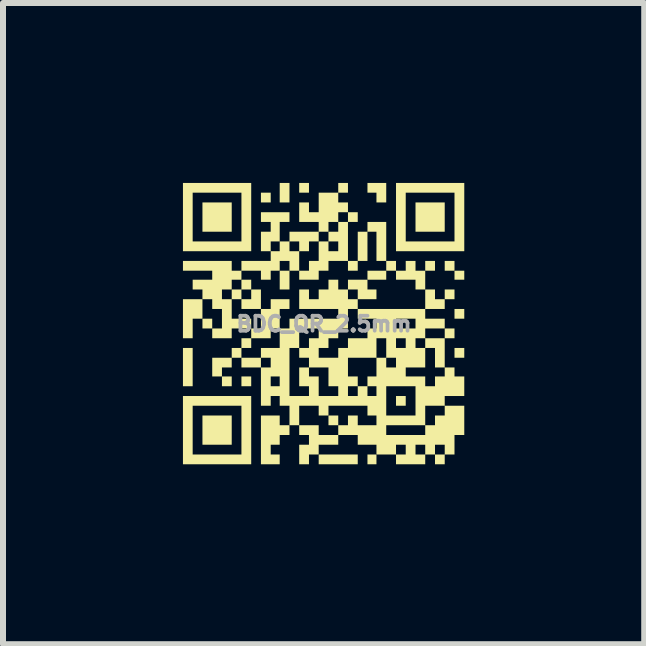
<source format=kicad_pcb>
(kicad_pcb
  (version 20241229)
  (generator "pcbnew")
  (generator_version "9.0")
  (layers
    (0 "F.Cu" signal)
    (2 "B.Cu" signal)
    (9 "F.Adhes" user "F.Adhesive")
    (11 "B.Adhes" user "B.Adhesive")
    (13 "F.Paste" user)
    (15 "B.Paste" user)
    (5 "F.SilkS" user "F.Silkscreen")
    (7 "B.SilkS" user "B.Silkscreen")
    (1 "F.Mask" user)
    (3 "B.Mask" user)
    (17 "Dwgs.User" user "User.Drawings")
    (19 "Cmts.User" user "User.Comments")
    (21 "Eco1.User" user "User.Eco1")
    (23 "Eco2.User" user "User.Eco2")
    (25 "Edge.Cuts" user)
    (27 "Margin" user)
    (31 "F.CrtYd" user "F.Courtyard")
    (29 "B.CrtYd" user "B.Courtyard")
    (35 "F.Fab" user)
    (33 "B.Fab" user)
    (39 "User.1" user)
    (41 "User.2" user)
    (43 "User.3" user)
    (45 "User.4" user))
  (footprint "BDC_QR_2.5mm"
    (layer "F.Cu")
    (at 2.351 2.351)
    (property "Reference" "BDC_QR_2.5mm" (at 0 0 0) (layer "F.Fab") (effects (font (size 0.25 0.25) (thickness 0.062))))
    (attr board_only exclude_from_pos_files exclude_from_bom)
    (fp_poly (pts (xy -2.189 1.038) (xy -2.351 1.038) (xy -2.351 0.4) (xy -2.189 0.4)) (stroke (width 0) (type solid)) (fill yes) (layer "F.SilkS"))
    (fp_poly (pts (xy -1.863 0.075) (xy -2.026 0.075) (xy -2.026 -0.088) (xy -1.863 -0.088)) (stroke (width 0) (type solid)) (fill yes) (layer "F.SilkS"))
    (fp_poly (pts (xy -1.538 -1.538) (xy -2.026 -1.538) (xy -2.026 -2.026) (xy -1.538 -2.026)) (stroke (width 0) (type solid)) (fill yes) (layer "F.SilkS"))
    (fp_poly (pts (xy -1.538 1.038) (xy -1.701 1.038) (xy -1.701 0.875) (xy -1.538 0.875)) (stroke (width 0) (type solid)) (fill yes) (layer "F.SilkS"))
    (fp_poly (pts (xy -1.538 2.013) (xy -2.026 2.013) (xy -2.026 1.526) (xy -1.538 1.526)) (stroke (width 0) (type solid)) (fill yes) (layer "F.SilkS"))
    (fp_poly (pts (xy -1.213 1.038) (xy -1.376 1.038) (xy -1.376 0.875) (xy -1.213 0.875)) (stroke (width 0) (type solid)) (fill yes) (layer "F.SilkS"))
    (fp_poly (pts (xy -0.888 -2.026) (xy -1.051 -2.026) (xy -1.051 -2.189) (xy -0.888 -2.189)) (stroke (width 0) (type solid)) (fill yes) (layer "F.SilkS"))
    (fp_poly (pts (xy -0.575 -2.026) (xy -0.738 -2.026) (xy -0.738 -2.351) (xy -0.575 -2.351)) (stroke (width 0) (type solid)) (fill yes) (layer "F.SilkS"))
    (fp_poly (pts (xy -0.575 -0.575) (xy -0.738 -0.575) (xy -0.738 -0.888) (xy -0.575 -0.888)) (stroke (width 0) (type solid)) (fill yes) (layer "F.SilkS"))
    (fp_poly (pts (xy -0.25 -2.189) (xy -0.413 -2.189) (xy -0.413 -2.351) (xy -0.25 -2.351)) (stroke (width 0) (type solid)) (fill yes) (layer "F.SilkS"))
    (fp_poly (pts (xy 0.238 1.688) (xy 0.075 1.688) (xy 0.075 1.526) (xy 0.238 1.526)) (stroke (width 0) (type solid)) (fill yes) (layer "F.SilkS"))
    (fp_poly (pts (xy 0.4 -2.189) (xy 0.238 -2.189) (xy 0.238 -2.351) (xy 0.4 -2.351)) (stroke (width 0) (type solid)) (fill yes) (layer "F.SilkS"))
    (fp_poly (pts (xy 0.563 2.339) (xy -0.088 2.339) (xy -0.088 2.176) (xy 0.563 2.176)) (stroke (width 0) (type solid)) (fill yes) (layer "F.SilkS"))
    (fp_poly (pts (xy 0.875 2.339) (xy 0.725 2.339) (xy 0.725 2.176) (xy 0.875 2.176)) (stroke (width 0) (type solid)) (fill yes) (layer "F.SilkS"))
    (fp_poly (pts (xy 1.038 -0.738) (xy 0.725 -0.738) (xy 0.725 -0.888) (xy 1.038 -0.888)) (stroke (width 0) (type solid)) (fill yes) (layer "F.SilkS"))
    (fp_poly (pts (xy 1.363 1.363) (xy 1.201 1.363) (xy 1.201 1.201) (xy 1.363 1.201)) (stroke (width 0) (type solid)) (fill yes) (layer "F.SilkS"))
    (fp_poly (pts (xy 1.851 -0.888) (xy 1.688 -0.888) (xy 1.688 -1.051) (xy 1.851 -1.051)) (stroke (width 0) (type solid)) (fill yes) (layer "F.SilkS"))
    (fp_poly (pts (xy 2.013 -1.538) (xy 1.526 -1.538) (xy 1.526 -2.026) (xy 2.013 -2.026)) (stroke (width 0) (type solid)) (fill yes) (layer "F.SilkS"))
    (fp_poly (pts (xy 2.176 -0.888) (xy 2.013 -0.888) (xy 2.013 -1.051) (xy 2.176 -1.051)) (stroke (width 0) (type solid)) (fill yes) (layer "F.SilkS"))
    (fp_poly (pts (xy 2.176 -0.413) (xy 2.013 -0.413) (xy 2.013 -0.575) (xy 2.176 -0.575)) (stroke (width 0) (type solid)) (fill yes) (layer "F.SilkS"))
    (fp_poly (pts (xy 2.176 0.238) (xy 2.013 0.238) (xy 2.013 0.075) (xy 2.176 0.075)) (stroke (width 0) (type solid)) (fill yes) (layer "F.SilkS"))
    (fp_poly (pts (xy 2.339 -0.738) (xy 2.176 -0.738) (xy 2.176 -0.888) (xy 2.339 -0.888)) (stroke (width 0) (type solid)) (fill yes) (layer "F.SilkS"))
    (fp_poly (pts (xy 2.339 -0.088) (xy 2.176 -0.088) (xy 2.176 -0.25) (xy 2.339 -0.25)) (stroke (width 0) (type solid)) (fill yes) (layer "F.SilkS"))
    (fp_poly (pts (xy 2.339 0.563) (xy 2.176 0.563) (xy 2.176 0.4) (xy 2.339 0.4)) (stroke (width 0) (type solid)) (fill yes) (layer "F.SilkS"))
    (fp_poly (pts (xy -2.026 -0.088) (xy -2.189 -0.088) (xy -2.189 0.238) (xy -2.351 0.238) (xy -2.351 -0.413) (xy -2.026 -0.413)) (stroke (width 0) (type solid)) (fill yes) (layer "F.SilkS"))
    (fp_poly (pts (xy -1.538 0.725) (xy -1.701 0.725) (xy -1.701 0.875) (xy -1.863 0.875) (xy -1.863 0.563) (xy -1.538 0.563)) (stroke (width 0) (type solid)) (fill yes) (layer "F.SilkS"))
    (fp_poly (pts (xy 1.038 -2.026) (xy 0.875 -2.026) (xy 0.875 -2.189) (xy 0.725 -2.189) (xy 0.725 -2.351) (xy 1.038 -2.351)) (stroke (width 0) (type solid)) (fill yes) (layer "F.SilkS"))
    (fp_poly (pts (xy 0.725 -0.575) (xy 0.875 -0.575) (xy 0.875 -0.413) (xy 0.563 -0.413) (xy 0.563 -0.575) (xy 0.4 -0.575) (xy 0.4 -0.738) (xy 0.725 -0.738)) (stroke (width 0) (type solid)) (fill yes) (layer "F.SilkS"))
    (fp_poly (pts (xy -1.213 -1.213) (xy -2.351 -1.213) (xy -2.351 -1.376) (xy -2.189 -1.376) (xy -1.376 -1.376) (xy -1.376 -2.189) (xy -2.189 -2.189) (xy -2.189 -1.376) (xy -2.351 -1.376) (xy -2.351 -2.351) (xy -1.213 -2.351)) (stroke (width 0) (type solid)) (fill yes) (layer "F.SilkS"))
    (fp_poly (pts (xy -1.213 2.339) (xy -2.351 2.339) (xy -2.351 2.176) (xy -2.189 2.176) (xy -1.376 2.176) (xy -1.376 1.363) (xy -2.189 1.363) (xy -2.189 2.176) (xy -2.351 2.176) (xy -2.351 1.201) (xy -1.213 1.201)) (stroke (width 0) (type solid)) (fill yes) (layer "F.SilkS"))
    (fp_poly (pts (xy 2.339 -1.213) (xy 1.201 -1.213) (xy 1.201 -1.376) (xy 1.363 -1.376) (xy 2.176 -1.376) (xy 2.176 -2.189) (xy 1.363 -2.189) (xy 1.363 -1.376) (xy 1.201 -1.376) (xy 1.201 -2.351) (xy 2.339 -2.351)) (stroke (width 0) (type solid)) (fill yes) (layer "F.SilkS"))
    (fp_poly (pts (xy -0.738 1.688) (xy -0.575 1.688) (xy -0.575 1.851) (xy -0.738 1.851) (xy -0.738 2.013) (xy -0.888 2.013) (xy -0.888 2.176) (xy -0.738 2.176) (xy -0.738 2.339) (xy -1.051 2.339) (xy -1.051 1.526) (xy -0.738 1.526)) (stroke (width 0) (type solid)) (fill yes) (layer "F.SilkS"))
    (fp_poly (pts (xy -1.051 -0.575) (xy -1.051 -0.25) (xy -1.376 -0.25) (xy -1.376 -0.413) (xy -1.213 -0.413) (xy -1.213 -0.575) (xy -1.376 -0.575) (xy -1.376 -0.413) (xy -1.538 -0.413) (xy -1.538 -0.575) (xy -1.376 -0.575) (xy -1.376 -0.738) (xy -1.213 -0.738) (xy -1.213 -0.575)) (stroke (width 0) (type solid)) (fill yes) (layer "F.SilkS"))
    (fp_poly (pts (xy 2.013 0.238) (xy 2.013 0.725) (xy 2.176 0.725) (xy 2.176 0.875) (xy 2.339 0.875) (xy 2.339 1.201) (xy 2.013 1.201) (xy 2.013 1.363) (xy 2.339 1.363) (xy 2.339 1.851) (xy 2.176 1.851) (xy 2.176 2.176) (xy 2.013 2.176) (xy 2.013 2.339) (xy 1.851 2.339) (xy 1.851 2.176) (xy 2.013 2.176) (xy 2.013 2.013) (xy 1.851 2.013) (xy 1.851 2.176) (xy 1.688 2.176) (xy 1.688 2.339) (xy 1.201 2.339) (xy 1.201 2.176) (xy 1.363 2.176) (xy 1.526 2.176) (xy 1.688 2.176) (xy 1.688 2.013) (xy 1.526 2.013) (xy 1.526 2.176) (xy 1.363 2.176) (xy 1.363 2.013) (xy 1.201 2.013) (xy 1.201 2.176) (xy 0.875 2.176) (xy 0.875 2.013) (xy 0.563 2.013) (xy 0.563 1.851) (xy 1.038 1.851) (xy 1.688 1.851) (xy 1.688 1.688) (xy 1.851 1.688) (xy 1.851 1.526) (xy 2.013 1.526) (xy 2.013 1.363) (xy 1.688 1.363) (xy 1.688 1.688) (xy 1.038 1.688) (xy 1.038 1.851) (xy 0.563 1.851) (xy 0.238 1.851) (xy 0.238 2.013) (xy -0.088 2.013) (xy -0.088 2.176) (xy -0.25 2.176) (xy -0.25 2.339) (xy -0.413 2.339) (xy -0.413 2.013) (xy -0.25 2.013) (xy -0.25 1.851) (xy -0.413 1.851) (xy -0.413 1.688) (xy -0.088 1.688) (xy -0.088 1.851) (xy 0.238 1.851) (xy 0.238 1.688) (xy 0.4 1.688) (xy 0.4 1.526) (xy 0.563 1.526) (xy 0.563 1.688) (xy 0.875 1.688) (xy 0.875 1.526) (xy 1.038 1.526) (xy 1.526 1.526) (xy 1.526 1.038) (xy 1.038 1.038) (xy 1.038 1.526) (xy 0.875 1.526) (xy 0.725 1.526) (xy 0.725 1.363) (xy 0.075 1.363) (xy 0.075 1.526) (xy -0.088 1.526) (xy -0.088 1.363) (xy -0.413 1.363) (xy -0.413 1.688) (xy -0.575 1.688) (xy -0.575 1.363) (xy -0.738 1.363) (xy -0.738 1.201) (xy -0.575 1.201) (xy -0.25 1.201) (xy -0.25 1.038) (xy -0.413 1.038) (xy -0.413 0.875) (xy -0.25 0.875) (xy -0.088 0.875) (xy -0.088 1.201) (xy 0.238 1.201) (xy 0.4 1.201) (xy 0.563 1.201) (xy 0.725 1.201) (xy 0.875 1.201) (xy 0.875 1.038) (xy 0.725 1.038) (xy 0.725 1.201) (xy 0.563 1.201) (xy 0.563 1.038) (xy 0.4 1.038) (xy 0.4 1.201) (xy 0.238 1.201) (xy 0.238 1.038) (xy 0.075 1.038) (xy 0.075 0.875) (xy 0.4 0.875) (xy 0.563 0.875) (xy 0.563 1.038) (xy 0.725 1.038) (xy 0.725 0.875) (xy 0.875 0.875) (xy 1.363 0.875) (xy 1.688 0.875) (xy 1.688 1.038) (xy 1.851 1.038) (xy 1.851 0.875) (xy 2.013 0.875) (xy 2.013 0.725) (xy 1.851 0.725) (xy 1.851 0.4) (xy 1.688 0.4) (xy 1.688 0.725) (xy 1.363 0.725) (xy 1.363 0.875) (xy 0.875 0.875) (xy 0.875 0.725) (xy 1.038 0.725) (xy 1.201 0.725) (xy 1.201 0.563) (xy 1.038 0.563) (xy 1.038 0.725) (xy 0.875 0.725) (xy 0.875 0.563) (xy 1.038 0.563) (xy 1.038 0.4) (xy 1.201 0.4) (xy 1.363 0.4) (xy 1.526 0.4) (xy 1.688 0.4) (xy 1.688 0.238) (xy 1.526 0.238) (xy 1.526 0.4) (xy 1.363 0.4) (xy 1.363 0.238) (xy 1.201 0.238) (xy 1.201 0.4) (xy 1.038 0.4) (xy 1.038 0.238) (xy 0.875 0.238) (xy 0.875 0.563) (xy 0.4 0.563) (xy 0.4 0.875) (xy 0.075 0.875) (xy 0.075 0.725) (xy -0.25 0.725) (xy -0.25 0.875) (xy -0.413 0.875) (xy -0.413 0.725) (xy -0.25 0.725) (xy -0.25 0.563) (xy -0.088 0.563) (xy 0.238 0.563) (xy 0.238 0.4) (xy 0.4 0.4) (xy 0.4 0.238) (xy 0.725 0.238) (xy 0.725 0.075) (xy 0.875 0.075) (xy 1.201 0.075) (xy 1.526 0.075) (xy 1.526 -0.088) (xy 1.201 -0.088) (xy 1.201 0.075) (xy 0.875 0.075) (xy 0.875 -0.088) (xy 0.563 -0.088) (xy 0.563 -0.25) (xy 0.4 -0.25) (xy 0.4 0.075) (xy 0.238 0.075) (xy 0.238 0.238) (xy 0.075 0.238) (xy 0.075 0.4) (xy -0.088 0.4) (xy -0.088 0.563) (xy -0.25 0.563) (xy -0.413 0.563) (xy -0.413 0.4) (xy -0.25 0.4) (xy -0.25 0.238) (xy -0.088 0.238) (xy -0.088 0.075) (xy -0.413 0.075) (xy -0.413 0.4) (xy -0.575 0.4) (xy -0.575 1.201) (xy -0.738 1.201) (xy -0.888 1.201) (xy -0.888 1.363) (xy -1.051 1.363) (xy -1.051 1.038) (xy -0.888 1.038) (xy -0.738 1.038) (xy -0.738 0.875) (xy -0.888 0.875) (xy -0.888 1.038) (xy -1.051 1.038) (xy -1.051 0.725) (xy -0.888 0.725) (xy -0.888 0.563) (xy -1.051 0.563) (xy -1.051 0.725) (xy -1.376 0.725) (xy -1.376 0.563) (xy -1.051 0.563) (xy -1.051 0.4) (xy -0.738 0.4) (xy -0.738 0.075) (xy -0.888 0.075) (xy -0.888 0.238) (xy -1.213 0.238) (xy -1.213 0.4) (xy -1.376 0.4) (xy -1.376 0.563) (xy -1.538 0.563) (xy -1.538 0.4) (xy -1.376 0.4) (xy -1.376 0.238) (xy -1.213 0.238) (xy -1.213 0.075) (xy -1.538 0.075) (xy -1.538 0.238) (xy -1.863 0.238) (xy -1.863 0.075) (xy -1.701 0.075) (xy -1.701 -0.25) (xy -1.863 -0.25) (xy -1.863 -0.413) (xy -1.701 -0.413) (xy -1.538 -0.413) (xy -1.538 -0.088) (xy -1.213 -0.088) (xy -1.213 0.075) (xy -1.051 0.075) (xy -1.051 -0.25) (xy -0.888 -0.25) (xy -0.888 -0.413) (xy -0.575 -0.413) (xy -0.575 -0.25) (xy -0.738 -0.25) (xy -0.738 0.075) (xy -0.575 0.075) (xy -0.575 -0.088) (xy 0.238 -0.088) (xy 0.238 -0.25) (xy -0.413 -0.25) (xy -0.413 -0.575) (xy -0.25 -0.575) (xy -0.25 -0.413) (xy -0.088 -0.413) (xy -0.088 -0.575) (xy 0.075 -0.575) (xy 0.075 -0.738) (xy 0.238 -0.738) (xy 0.238 -0.575) (xy 0.4 -0.575) (xy 0.4 -0.413) (xy 0.563 -0.413) (xy 0.563 -0.25) (xy 1.688 -0.25) (xy 1.688 -0.575) (xy 1.526 -0.575) (xy 1.526 -0.738) (xy 1.201 -0.738) (xy 1.201 -0.888) (xy 1.038 -0.888) (xy 1.038 -1.051) (xy 0.875 -1.051) (xy 0.875 -1.538) (xy 0.725 -1.538) (xy 0.725 -1.051) (xy 0.563 -1.051) (xy 0.563 -0.888) (xy 0.4 -0.888) (xy 0.4 -1.051) (xy 0.075 -1.051) (xy 0.075 -0.888) (xy -0.088 -0.888) (xy -0.088 -0.738) (xy -0.413 -0.738) (xy -0.413 -0.888) (xy -0.25 -0.888) (xy -0.25 -1.051) (xy -0.088 -1.051) (xy -0.088 -1.213) (xy 0.075 -1.213) (xy 0.238 -1.213) (xy 0.238 -1.376) (xy 0.075 -1.376) (xy 0.075 -1.213) (xy -0.088 -1.213) (xy -0.088 -1.376) (xy 0.075 -1.376) (xy 0.075 -1.538) (xy 0.238 -1.538) (xy 0.238 -1.701) (xy 0.4 -1.701) (xy 0.4 -1.863) (xy 0.238 -1.863) (xy 0.238 -1.701) (xy 0.075 -1.701) (xy 0.075 -1.538) (xy -0.088 -1.538) (xy -0.088 -1.376) (xy -0.25 -1.376) (xy -0.25 -1.213) (xy -0.413 -1.213) (xy -0.413 -0.888) (xy -0.575 -0.888) (xy -0.575 -1.051) (xy -0.738 -1.051) (xy -0.738 -0.888) (xy -0.888 -0.888) (xy -0.888 -0.738) (xy -1.051 -0.738) (xy -1.051 -0.888) (xy -1.376 -0.888) (xy -1.376 -0.738) (xy -1.538 -0.738) (xy -1.538 -0.575) (xy -1.701 -0.575) (xy -1.701 -0.413) (xy -1.863 -0.413) (xy -2.026 -0.413) (xy -2.026 -0.575) (xy -2.189 -0.575) (xy -2.189 -0.738) (xy -1.863 -0.738) (xy -1.863 -0.888) (xy -2.351 -0.888) (xy -2.351 -1.051) (xy -1.538 -1.051) (xy -1.538 -0.888) (xy -1.376 -0.888) (xy -1.376 -1.051) (xy -0.888 -1.051) (xy -0.888 -1.213) (xy -0.738 -1.213) (xy -0.575 -1.213) (xy -0.413 -1.213) (xy -0.413 -1.376) (xy -0.575 -1.376) (xy -0.575 -1.213) (xy -0.738 -1.213) (xy -0.738 -1.376) (xy -0.888 -1.376) (xy -0.888 -1.213) (xy -1.051 -1.213) (xy -1.051 -1.538) (xy -0.888 -1.538) (xy -0.888 -1.701) (xy -1.051 -1.701) (xy -1.051 -1.863) (xy -0.575 -1.863) (xy -0.575 -1.701) (xy -0.738 -1.701) (xy -0.738 -1.376) (xy -0.575 -1.376) (xy -0.575 -1.538) (xy -0.088 -1.538) (xy -0.088 -1.701) (xy -0.413 -1.701) (xy -0.413 -2.026) (xy -0.25 -2.026) (xy -0.25 -1.863) (xy -0.088 -1.863) (xy -0.088 -2.189) (xy 0.238 -2.189) (xy 0.238 -2.026) (xy 0.4 -2.026) (xy 0.4 -1.863) (xy 0.563 -1.863) (xy 0.563 -1.701) (xy 0.4 -1.701) (xy 0.4 -1.051) (xy 0.563 -1.051) (xy 0.563 -1.538) (xy 0.725 -1.538) (xy 0.725 -1.701) (xy 1.038 -1.701) (xy 1.038 -1.051) (xy 1.201 -1.051) (xy 1.201 -0.888) (xy 1.363 -0.888) (xy 1.363 -1.051) (xy 1.526 -1.051) (xy 1.526 -0.888) (xy 1.688 -0.888) (xy 1.688 -0.575) (xy 1.851 -0.575) (xy 1.851 -0.413) (xy 2.013 -0.413) (xy 2.013 -0.25) (xy 1.688 -0.25) (xy 1.688 -0.088) (xy 2.013 -0.088) (xy 2.013 0.075) (xy 1.688 0.075) (xy 1.688 0.238)) (stroke (width 0) (type solid)) (fill yes) (layer "F.SilkS")))
  (gr_rect
    (start -3 -3)
    (end 7.69 7.69)
    (stroke (width 0.1) (type default))
    (fill no)
    (layer "Edge.Cuts")))
</source>
